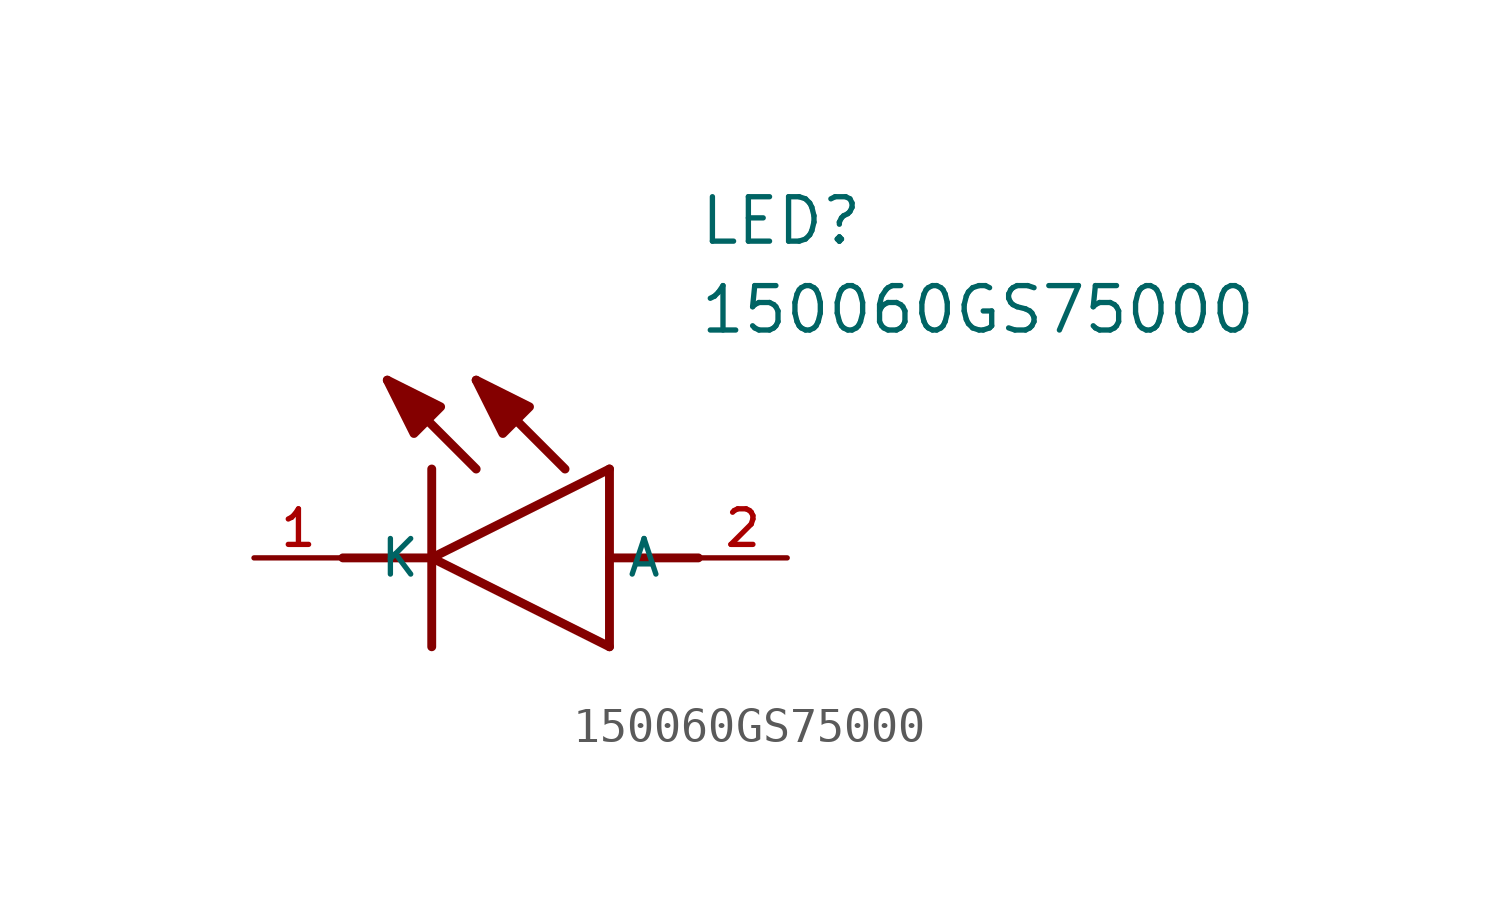
<source format=kicad_sym>
(kicad_symbol_lib
  (version 20211014)
  (generator kicad_symbol_editor)
  (symbol "150060GS75000"
    (pin_names
      (offset 1.016))
    (property "Reference" "LED"
      (at 12.7 8.89 0)
      (effects (font (size 1.27 1.27)) (justify bottom left)))
    (property "Value" "150060GS75000"
      (at 12.7 6.35 0)
      (effects (font (size 1.27 1.27)) (justify bottom left)))
    (symbol "150060GS75000_0_0"
      (polyline (pts (xy 5.08 0.0) (xy 10.16 2.54)) (stroke (width 0.254)))
      (polyline (pts (xy 10.16 -2.54) (xy 10.16 2.54)) (stroke (width 0.254)))
      (polyline (pts (xy 10.16 -2.54) (xy 5.08 0.0)) (stroke (width 0.254)))
      (polyline (pts (xy 5.08 2.54) (xy 5.08 -2.54)) (stroke (width 0.254)))
      (polyline (pts (xy 6.35 2.54) (xy 3.81 5.08)) (stroke (width 0.254)))
      (polyline (pts (xy 8.89 2.54) (xy 6.35 5.08)) (stroke (width 0.254)))
      (polyline (pts (xy 2.54 0.0) (xy 5.08 0.0)) (stroke (width 0.254)))
      (polyline (pts (xy 10.16 0.0) (xy 12.7 0.0)) (stroke (width 0.254)))
      (polyline (pts (xy 5.334 4.318) (xy 4.572 3.556) (xy 3.81 5.08) (xy 5.334 4.318)) (stroke (width 0.254)) (fill (type outline)))
      (polyline (pts (xy 7.874 4.318) (xy 7.112 3.556) (xy 6.35 5.08) (xy 7.874 4.318)) (stroke (width 0.254)) (fill (type outline)))
      (pin bidirectional line (at 0.0 0.0 0) (length 2.54) (name "K" (effects (font (size 1.016 1.016)))) (number "1" (effects (font (size 1.016 1.016)))))
      (pin bidirectional line (at 15.24 0.0 180.0) (length 2.54) (name "A" (effects (font (size 1.016 1.016)))) (number "2" (effects (font (size 1.016 1.016))))))))
</source>
